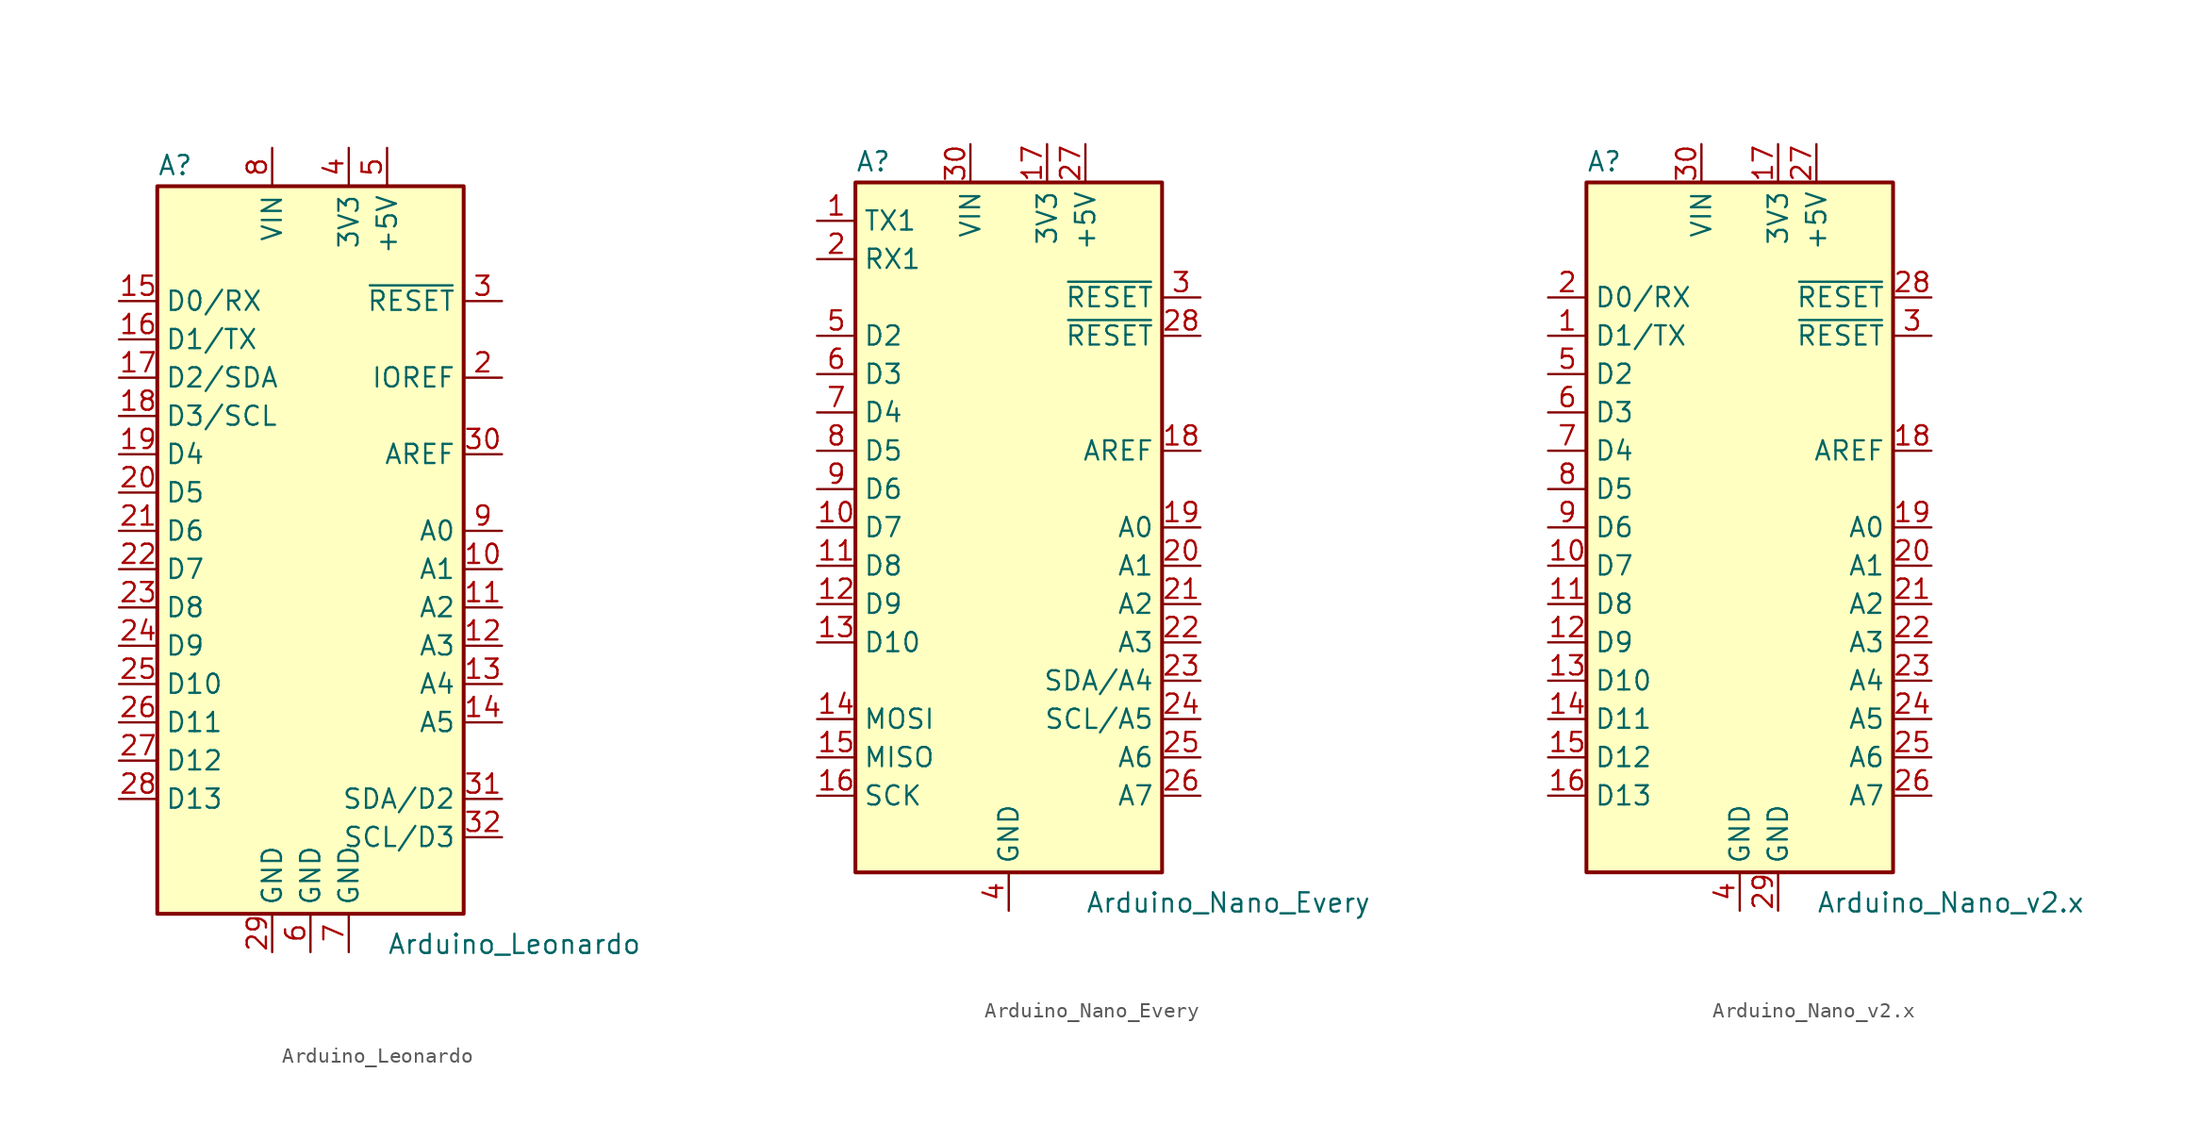
<source format=kicad_sym>
(kicad_symbol_lib
  (version 20201005)
  (generator kicad_symbol_editor)
  (symbol "Arduino_Leonardo"
    (property "Reference" "A"
      (at -10.16 23.495 0)
      (effects (font (size 1.27 1.27)) (justify left bottom)))
    (property "Value" "Arduino_Leonardo"
      (at 5.08 -26.67 0)
      (effects (font (size 1.27 1.27)) (justify left top)))
    (symbol "Arduino_Leonardo_0_1"
      (rectangle (start -10.16 22.86) (end 10.16 -25.4) (stroke (width 0.254)) (fill (type background))))
    (symbol "Arduino_Leonardo_1_1"
      (pin no_connect line (at -10.16 -20.32 0) (length 2.54) hide (name "NC" (effects (font (size 1.27 1.27)))) (number "1" (effects (font (size 1.27 1.27)))))
      (pin bidirectional line (at 12.7 -2.54 180) (length 2.54) (name "A1" (effects (font (size 1.27 1.27)))) (number "10" (effects (font (size 1.27 1.27)))))
      (pin bidirectional line (at 12.7 -5.08 180) (length 2.54) (name "A2" (effects (font (size 1.27 1.27)))) (number "11" (effects (font (size 1.27 1.27)))))
      (pin bidirectional line (at 12.7 -7.62 180) (length 2.54) (name "A3" (effects (font (size 1.27 1.27)))) (number "12" (effects (font (size 1.27 1.27)))))
      (pin bidirectional line (at 12.7 -10.16 180) (length 2.54) (name "A4" (effects (font (size 1.27 1.27)))) (number "13" (effects (font (size 1.27 1.27)))))
      (pin bidirectional line (at 12.7 -12.7 180) (length 2.54) (name "A5" (effects (font (size 1.27 1.27)))) (number "14" (effects (font (size 1.27 1.27)))))
      (pin bidirectional line (at -12.7 15.24 0) (length 2.54) (name "D0/RX" (effects (font (size 1.27 1.27)))) (number "15" (effects (font (size 1.27 1.27)))))
      (pin bidirectional line (at -12.7 12.7 0) (length 2.54) (name "D1/TX" (effects (font (size 1.27 1.27)))) (number "16" (effects (font (size 1.27 1.27)))))
      (pin bidirectional line (at -12.7 10.16 0) (length 2.54) (name "D2/SDA" (effects (font (size 1.27 1.27)))) (number "17" (effects (font (size 1.27 1.27)))))
      (pin bidirectional line (at -12.7 7.62 0) (length 2.54) (name "D3/SCL" (effects (font (size 1.27 1.27)))) (number "18" (effects (font (size 1.27 1.27)))))
      (pin bidirectional line (at -12.7 5.08 0) (length 2.54) (name "D4" (effects (font (size 1.27 1.27)))) (number "19" (effects (font (size 1.27 1.27)))))
      (pin output line (at 12.7 10.16 180) (length 2.54) (name "IOREF" (effects (font (size 1.27 1.27)))) (number "2" (effects (font (size 1.27 1.27)))))
      (pin bidirectional line (at -12.7 2.54 0) (length 2.54) (name "D5" (effects (font (size 1.27 1.27)))) (number "20" (effects (font (size 1.27 1.27)))))
      (pin bidirectional line (at -12.7 0 0) (length 2.54) (name "D6" (effects (font (size 1.27 1.27)))) (number "21" (effects (font (size 1.27 1.27)))))
      (pin bidirectional line (at -12.7 -2.54 0) (length 2.54) (name "D7" (effects (font (size 1.27 1.27)))) (number "22" (effects (font (size 1.27 1.27)))))
      (pin bidirectional line (at -12.7 -5.08 0) (length 2.54) (name "D8" (effects (font (size 1.27 1.27)))) (number "23" (effects (font (size 1.27 1.27)))))
      (pin bidirectional line (at -12.7 -7.62 0) (length 2.54) (name "D9" (effects (font (size 1.27 1.27)))) (number "24" (effects (font (size 1.27 1.27)))))
      (pin bidirectional line (at -12.7 -10.16 0) (length 2.54) (name "D10" (effects (font (size 1.27 1.27)))) (number "25" (effects (font (size 1.27 1.27)))))
      (pin bidirectional line (at -12.7 -12.7 0) (length 2.54) (name "D11" (effects (font (size 1.27 1.27)))) (number "26" (effects (font (size 1.27 1.27)))))
      (pin bidirectional line (at -12.7 -15.24 0) (length 2.54) (name "D12" (effects (font (size 1.27 1.27)))) (number "27" (effects (font (size 1.27 1.27)))))
      (pin bidirectional line (at -12.7 -17.78 0) (length 2.54) (name "D13" (effects (font (size 1.27 1.27)))) (number "28" (effects (font (size 1.27 1.27)))))
      (pin power_in line (at -2.54 -27.94 90) (length 2.54) (name "GND" (effects (font (size 1.27 1.27)))) (number "29" (effects (font (size 1.27 1.27)))))
      (pin input line (at 12.7 15.24 180) (length 2.54) (name "~RESET" (effects (font (size 1.27 1.27)))) (number "3" (effects (font (size 1.27 1.27)))))
      (pin input line (at 12.7 5.08 180) (length 2.54) (name "AREF" (effects (font (size 1.27 1.27)))) (number "30" (effects (font (size 1.27 1.27)))))
      (pin bidirectional line (at 12.7 -17.78 180) (length 2.54) (name "SDA/D2" (effects (font (size 1.27 1.27)))) (number "31" (effects (font (size 1.27 1.27)))))
      (pin bidirectional line (at 12.7 -20.32 180) (length 2.54) (name "SCL/D3" (effects (font (size 1.27 1.27)))) (number "32" (effects (font (size 1.27 1.27)))))
      (pin power_out line (at 2.54 25.4 270) (length 2.54) (name "3V3" (effects (font (size 1.27 1.27)))) (number "4" (effects (font (size 1.27 1.27)))))
      (pin power_out line (at 5.08 25.4 270) (length 2.54) (name "+5V" (effects (font (size 1.27 1.27)))) (number "5" (effects (font (size 1.27 1.27)))))
      (pin power_in line (at 0 -27.94 90) (length 2.54) (name "GND" (effects (font (size 1.27 1.27)))) (number "6" (effects (font (size 1.27 1.27)))))
      (pin power_in line (at 2.54 -27.94 90) (length 2.54) (name "GND" (effects (font (size 1.27 1.27)))) (number "7" (effects (font (size 1.27 1.27)))))
      (pin power_in line (at -2.54 25.4 270) (length 2.54) (name "VIN" (effects (font (size 1.27 1.27)))) (number "8" (effects (font (size 1.27 1.27)))))
      (pin bidirectional line (at 12.7 0 180) (length 2.54) (name "A0" (effects (font (size 1.27 1.27)))) (number "9" (effects (font (size 1.27 1.27)))))))
  (symbol "Arduino_Nano_Every"
    (property "Reference" "A"
      (at -10.16 23.495 0)
      (effects (font (size 1.27 1.27)) (justify left bottom)))
    (property "Value" "Arduino_Nano_Every"
      (at 5.08 -24.13 0)
      (effects (font (size 1.27 1.27)) (justify left top)))
    (symbol "Arduino_Nano_Every_0_1"
      (rectangle (start -10.16 22.86) (end 10.16 -22.86) (stroke (width 0.254)) (fill (type background))))
    (symbol "Arduino_Nano_Every_1_1"
      (pin bidirectional line (at -12.7 20.32 0) (length 2.54) (name "TX1" (effects (font (size 1.27 1.27)))) (number "1" (effects (font (size 1.27 1.27)))))
      (pin bidirectional line (at -12.7 0 0) (length 2.54) (name "D7" (effects (font (size 1.27 1.27)))) (number "10" (effects (font (size 1.27 1.27)))))
      (pin bidirectional line (at -12.7 -2.54 0) (length 2.54) (name "D8" (effects (font (size 1.27 1.27)))) (number "11" (effects (font (size 1.27 1.27)))))
      (pin bidirectional line (at -12.7 -5.08 0) (length 2.54) (name "D9" (effects (font (size 1.27 1.27)))) (number "12" (effects (font (size 1.27 1.27)))))
      (pin bidirectional line (at -12.7 -7.62 0) (length 2.54) (name "D10" (effects (font (size 1.27 1.27)))) (number "13" (effects (font (size 1.27 1.27)))))
      (pin bidirectional line (at -12.7 -12.7 0) (length 2.54) (name "MOSI" (effects (font (size 1.27 1.27)))) (number "14" (effects (font (size 1.27 1.27)))))
      (pin bidirectional line (at -12.7 -15.24 0) (length 2.54) (name "MISO" (effects (font (size 1.27 1.27)))) (number "15" (effects (font (size 1.27 1.27)))))
      (pin bidirectional line (at -12.7 -17.78 0) (length 2.54) (name "SCK" (effects (font (size 1.27 1.27)))) (number "16" (effects (font (size 1.27 1.27)))))
      (pin power_out line (at 2.54 25.4 270) (length 2.54) (name "3V3" (effects (font (size 1.27 1.27)))) (number "17" (effects (font (size 1.27 1.27)))))
      (pin input line (at 12.7 5.08 180) (length 2.54) (name "AREF" (effects (font (size 1.27 1.27)))) (number "18" (effects (font (size 1.27 1.27)))))
      (pin bidirectional line (at 12.7 0 180) (length 2.54) (name "A0" (effects (font (size 1.27 1.27)))) (number "19" (effects (font (size 1.27 1.27)))))
      (pin bidirectional line (at -12.7 17.78 0) (length 2.54) (name "RX1" (effects (font (size 1.27 1.27)))) (number "2" (effects (font (size 1.27 1.27)))))
      (pin bidirectional line (at 12.7 -2.54 180) (length 2.54) (name "A1" (effects (font (size 1.27 1.27)))) (number "20" (effects (font (size 1.27 1.27)))))
      (pin bidirectional line (at 12.7 -5.08 180) (length 2.54) (name "A2" (effects (font (size 1.27 1.27)))) (number "21" (effects (font (size 1.27 1.27)))))
      (pin bidirectional line (at 12.7 -7.62 180) (length 2.54) (name "A3" (effects (font (size 1.27 1.27)))) (number "22" (effects (font (size 1.27 1.27)))))
      (pin bidirectional line (at 12.7 -10.16 180) (length 2.54) (name "SDA/A4" (effects (font (size 1.27 1.27)))) (number "23" (effects (font (size 1.27 1.27)))))
      (pin bidirectional line (at 12.7 -12.7 180) (length 2.54) (name "SCL/A5" (effects (font (size 1.27 1.27)))) (number "24" (effects (font (size 1.27 1.27)))))
      (pin bidirectional line (at 12.7 -15.24 180) (length 2.54) (name "A6" (effects (font (size 1.27 1.27)))) (number "25" (effects (font (size 1.27 1.27)))))
      (pin bidirectional line (at 12.7 -17.78 180) (length 2.54) (name "A7" (effects (font (size 1.27 1.27)))) (number "26" (effects (font (size 1.27 1.27)))))
      (pin power_out line (at 5.08 25.4 270) (length 2.54) (name "+5V" (effects (font (size 1.27 1.27)))) (number "27" (effects (font (size 1.27 1.27)))))
      (pin input line (at 12.7 12.7 180) (length 2.54) (name "~RESET" (effects (font (size 1.27 1.27)))) (number "28" (effects (font (size 1.27 1.27)))))
      (pin passive line (at 0 -25.4 90) (length 2.54) hide (name "GND" (effects (font (size 1.27 1.27)))) (number "29" (effects (font (size 1.27 1.27)))))
      (pin input line (at 12.7 15.24 180) (length 2.54) (name "~RESET" (effects (font (size 1.27 1.27)))) (number "3" (effects (font (size 1.27 1.27)))))
      (pin power_in line (at -2.54 25.4 270) (length 2.54) (name "VIN" (effects (font (size 1.27 1.27)))) (number "30" (effects (font (size 1.27 1.27)))))
      (pin power_in line (at 0 -25.4 90) (length 2.54) (name "GND" (effects (font (size 1.27 1.27)))) (number "4" (effects (font (size 1.27 1.27)))))
      (pin bidirectional line (at -12.7 12.7 0) (length 2.54) (name "D2" (effects (font (size 1.27 1.27)))) (number "5" (effects (font (size 1.27 1.27)))))
      (pin bidirectional line (at -12.7 10.16 0) (length 2.54) (name "D3" (effects (font (size 1.27 1.27)))) (number "6" (effects (font (size 1.27 1.27)))))
      (pin bidirectional line (at -12.7 7.62 0) (length 2.54) (name "D4" (effects (font (size 1.27 1.27)))) (number "7" (effects (font (size 1.27 1.27)))))
      (pin bidirectional line (at -12.7 5.08 0) (length 2.54) (name "D5" (effects (font (size 1.27 1.27)))) (number "8" (effects (font (size 1.27 1.27)))))
      (pin bidirectional line (at -12.7 2.54 0) (length 2.54) (name "D6" (effects (font (size 1.27 1.27)))) (number "9" (effects (font (size 1.27 1.27)))))))
  (symbol "Arduino_Nano_v2.x"
    (property "Reference" "A"
      (at -10.16 23.495 0)
      (effects (font (size 1.27 1.27)) (justify left bottom)))
    (property "Value" "Arduino_Nano_v2.x"
      (at 5.08 -24.13 0)
      (effects (font (size 1.27 1.27)) (justify left top)))
    (symbol "Arduino_Nano_v2.x_0_1"
      (rectangle (start -10.16 22.86) (end 10.16 -22.86) (stroke (width 0.254)) (fill (type background))))
    (symbol "Arduino_Nano_v2.x_1_1"
      (pin bidirectional line (at -12.7 12.7 0) (length 2.54) (name "D1/TX" (effects (font (size 1.27 1.27)))) (number "1" (effects (font (size 1.27 1.27)))))
      (pin bidirectional line (at -12.7 -2.54 0) (length 2.54) (name "D7" (effects (font (size 1.27 1.27)))) (number "10" (effects (font (size 1.27 1.27)))))
      (pin bidirectional line (at -12.7 -5.08 0) (length 2.54) (name "D8" (effects (font (size 1.27 1.27)))) (number "11" (effects (font (size 1.27 1.27)))))
      (pin bidirectional line (at -12.7 -7.62 0) (length 2.54) (name "D9" (effects (font (size 1.27 1.27)))) (number "12" (effects (font (size 1.27 1.27)))))
      (pin bidirectional line (at -12.7 -10.16 0) (length 2.54) (name "D10" (effects (font (size 1.27 1.27)))) (number "13" (effects (font (size 1.27 1.27)))))
      (pin bidirectional line (at -12.7 -12.7 0) (length 2.54) (name "D11" (effects (font (size 1.27 1.27)))) (number "14" (effects (font (size 1.27 1.27)))))
      (pin bidirectional line (at -12.7 -15.24 0) (length 2.54) (name "D12" (effects (font (size 1.27 1.27)))) (number "15" (effects (font (size 1.27 1.27)))))
      (pin bidirectional line (at -12.7 -17.78 0) (length 2.54) (name "D13" (effects (font (size 1.27 1.27)))) (number "16" (effects (font (size 1.27 1.27)))))
      (pin power_out line (at 2.54 25.4 270) (length 2.54) (name "3V3" (effects (font (size 1.27 1.27)))) (number "17" (effects (font (size 1.27 1.27)))))
      (pin input line (at 12.7 5.08 180) (length 2.54) (name "AREF" (effects (font (size 1.27 1.27)))) (number "18" (effects (font (size 1.27 1.27)))))
      (pin bidirectional line (at 12.7 0 180) (length 2.54) (name "A0" (effects (font (size 1.27 1.27)))) (number "19" (effects (font (size 1.27 1.27)))))
      (pin bidirectional line (at -12.7 15.24 0) (length 2.54) (name "D0/RX" (effects (font (size 1.27 1.27)))) (number "2" (effects (font (size 1.27 1.27)))))
      (pin bidirectional line (at 12.7 -2.54 180) (length 2.54) (name "A1" (effects (font (size 1.27 1.27)))) (number "20" (effects (font (size 1.27 1.27)))))
      (pin bidirectional line (at 12.7 -5.08 180) (length 2.54) (name "A2" (effects (font (size 1.27 1.27)))) (number "21" (effects (font (size 1.27 1.27)))))
      (pin bidirectional line (at 12.7 -7.62 180) (length 2.54) (name "A3" (effects (font (size 1.27 1.27)))) (number "22" (effects (font (size 1.27 1.27)))))
      (pin bidirectional line (at 12.7 -10.16 180) (length 2.54) (name "A4" (effects (font (size 1.27 1.27)))) (number "23" (effects (font (size 1.27 1.27)))))
      (pin bidirectional line (at 12.7 -12.7 180) (length 2.54) (name "A5" (effects (font (size 1.27 1.27)))) (number "24" (effects (font (size 1.27 1.27)))))
      (pin bidirectional line (at 12.7 -15.24 180) (length 2.54) (name "A6" (effects (font (size 1.27 1.27)))) (number "25" (effects (font (size 1.27 1.27)))))
      (pin bidirectional line (at 12.7 -17.78 180) (length 2.54) (name "A7" (effects (font (size 1.27 1.27)))) (number "26" (effects (font (size 1.27 1.27)))))
      (pin power_out line (at 5.08 25.4 270) (length 2.54) (name "+5V" (effects (font (size 1.27 1.27)))) (number "27" (effects (font (size 1.27 1.27)))))
      (pin input line (at 12.7 15.24 180) (length 2.54) (name "~RESET" (effects (font (size 1.27 1.27)))) (number "28" (effects (font (size 1.27 1.27)))))
      (pin power_in line (at 2.54 -25.4 90) (length 2.54) (name "GND" (effects (font (size 1.27 1.27)))) (number "29" (effects (font (size 1.27 1.27)))))
      (pin input line (at 12.7 12.7 180) (length 2.54) (name "~RESET" (effects (font (size 1.27 1.27)))) (number "3" (effects (font (size 1.27 1.27)))))
      (pin power_in line (at -2.54 25.4 270) (length 2.54) (name "VIN" (effects (font (size 1.27 1.27)))) (number "30" (effects (font (size 1.27 1.27)))))
      (pin power_in line (at 0 -25.4 90) (length 2.54) (name "GND" (effects (font (size 1.27 1.27)))) (number "4" (effects (font (size 1.27 1.27)))))
      (pin bidirectional line (at -12.7 10.16 0) (length 2.54) (name "D2" (effects (font (size 1.27 1.27)))) (number "5" (effects (font (size 1.27 1.27)))))
      (pin bidirectional line (at -12.7 7.62 0) (length 2.54) (name "D3" (effects (font (size 1.27 1.27)))) (number "6" (effects (font (size 1.27 1.27)))))
      (pin bidirectional line (at -12.7 5.08 0) (length 2.54) (name "D4" (effects (font (size 1.27 1.27)))) (number "7" (effects (font (size 1.27 1.27)))))
      (pin bidirectional line (at -12.7 2.54 0) (length 2.54) (name "D5" (effects (font (size 1.27 1.27)))) (number "8" (effects (font (size 1.27 1.27)))))
      (pin bidirectional line (at -12.7 0 0) (length 2.54) (name "D6" (effects (font (size 1.27 1.27)))) (number "9" (effects (font (size 1.27 1.27))))))))
</source>
